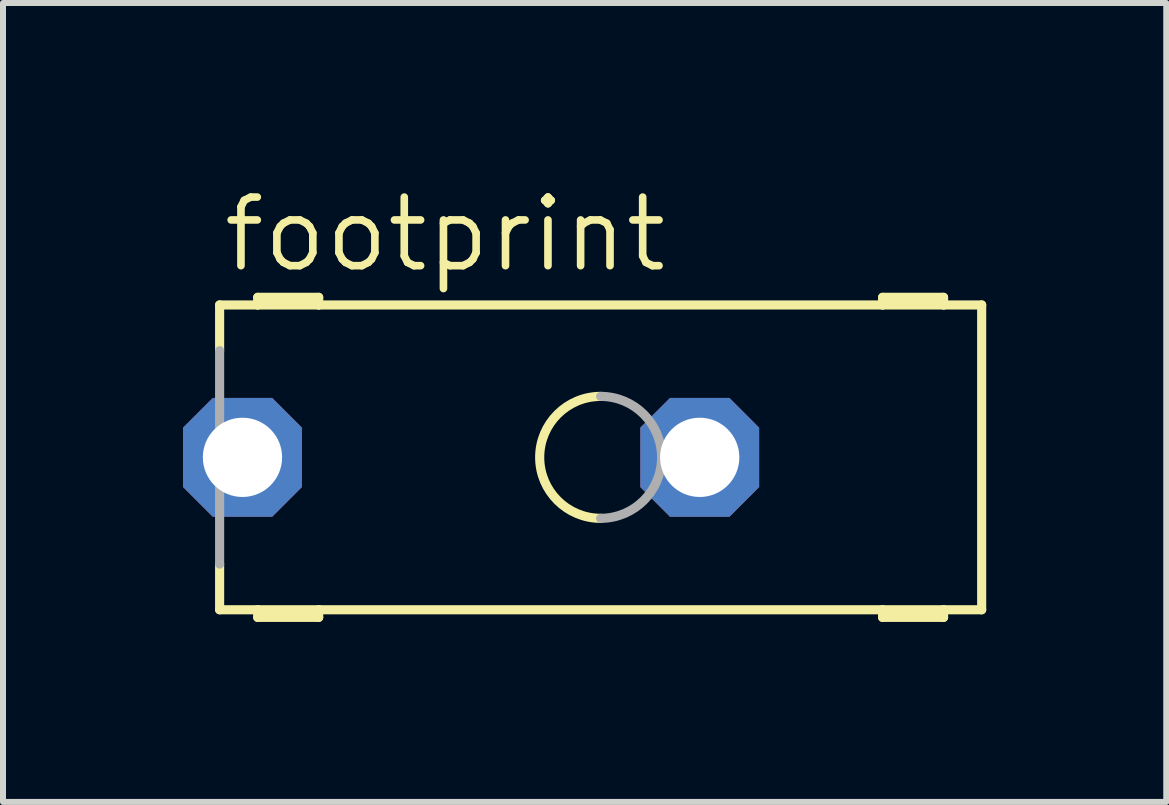
<source format=kicad_pcb>
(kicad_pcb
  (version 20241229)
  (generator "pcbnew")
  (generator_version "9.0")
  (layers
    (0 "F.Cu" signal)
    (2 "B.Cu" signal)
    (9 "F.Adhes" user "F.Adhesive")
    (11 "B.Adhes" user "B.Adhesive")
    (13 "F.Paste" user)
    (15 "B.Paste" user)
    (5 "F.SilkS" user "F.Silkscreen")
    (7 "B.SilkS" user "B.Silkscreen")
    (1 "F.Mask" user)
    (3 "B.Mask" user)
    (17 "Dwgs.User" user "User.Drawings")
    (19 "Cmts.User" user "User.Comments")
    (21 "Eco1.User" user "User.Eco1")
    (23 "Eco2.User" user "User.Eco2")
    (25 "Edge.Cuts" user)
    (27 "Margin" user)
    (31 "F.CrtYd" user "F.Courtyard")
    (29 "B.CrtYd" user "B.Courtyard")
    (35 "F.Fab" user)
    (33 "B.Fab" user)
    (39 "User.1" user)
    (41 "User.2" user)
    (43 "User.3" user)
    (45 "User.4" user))
  (footprint "footprint"
    (layer "F.Cu")
    (at 6.96 4.572)
    (property "Reference" "footprint" (at -6.35 -3.048 0) (layer "F.SilkS") (effects (font (size 1.143 1.143) (thickness 0.127)) (justify left bottom)))
    (fp_line (start -6.35 -1.778) (end -6.35 -2.54) (stroke (width 0.152) (type solid)) (layer "F.SilkS"))
    (fp_line (start -6.35 2.54) (end -6.35 1.778) (stroke (width 0.152) (type solid)) (layer "F.SilkS"))
    (fp_line (start -6.35 2.54) (end -5.715 2.54) (stroke (width 0.152) (type solid)) (layer "F.SilkS"))
    (fp_line (start -5.715 -2.667) (end -4.699 -2.667) (stroke (width 0.152) (type solid)) (layer "F.SilkS"))
    (fp_line (start -5.715 -2.54) (end -6.35 -2.54) (stroke (width 0.152) (type solid)) (layer "F.SilkS"))
    (fp_line (start -5.715 -2.54) (end -5.715 -2.667) (stroke (width 0.152) (type solid)) (layer "F.SilkS"))
    (fp_line (start -5.715 2.54) (end -4.699 2.54) (stroke (width 0.152) (type solid)) (layer "F.SilkS"))
    (fp_line (start -5.715 2.667) (end -5.715 2.54) (stroke (width 0.152) (type solid)) (layer "F.SilkS"))
    (fp_line (start -5.715 2.667) (end -4.699 2.667) (stroke (width 0.152) (type solid)) (layer "F.SilkS"))
    (fp_line (start -4.699 -2.667) (end -4.699 -2.54) (stroke (width 0.152) (type solid)) (layer "F.SilkS"))
    (fp_line (start -4.699 -2.54) (end -5.715 -2.54) (stroke (width 0.152) (type solid)) (layer "F.SilkS"))
    (fp_line (start -4.699 2.54) (end -4.699 2.667) (stroke (width 0.152) (type solid)) (layer "F.SilkS"))
    (fp_line (start -4.699 2.54) (end 4.699 2.54) (stroke (width 0.152) (type solid)) (layer "F.SilkS"))
    (fp_line (start 4.699 -2.667) (end 4.699 -2.54) (stroke (width 0.152) (type solid)) (layer "F.SilkS"))
    (fp_line (start 4.699 -2.667) (end 5.715 -2.667) (stroke (width 0.152) (type solid)) (layer "F.SilkS"))
    (fp_line (start 4.699 -2.54) (end -4.699 -2.54) (stroke (width 0.152) (type solid)) (layer "F.SilkS"))
    (fp_line (start 4.699 2.54) (end 5.715 2.54) (stroke (width 0.152) (type solid)) (layer "F.SilkS"))
    (fp_line (start 4.699 2.667) (end 4.699 2.54) (stroke (width 0.152) (type solid)) (layer "F.SilkS"))
    (fp_line (start 5.715 -2.54) (end 4.699 -2.54) (stroke (width 0.152) (type solid)) (layer "F.SilkS"))
    (fp_line (start 5.715 -2.54) (end 5.715 -2.667) (stroke (width 0.152) (type solid)) (layer "F.SilkS"))
    (fp_line (start 5.715 2.54) (end 5.715 2.667) (stroke (width 0.152) (type solid)) (layer "F.SilkS"))
    (fp_line (start 5.715 2.54) (end 6.35 2.54) (stroke (width 0.152) (type solid)) (layer "F.SilkS"))
    (fp_line (start 5.715 2.667) (end 4.699 2.667) (stroke (width 0.152) (type solid)) (layer "F.SilkS"))
    (fp_line (start 6.35 -2.54) (end 5.715 -2.54) (stroke (width 0.152) (type solid)) (layer "F.SilkS"))
    (fp_line (start 6.35 -2.54) (end 6.35 2.54) (stroke (width 0.152) (type solid)) (layer "F.SilkS"))
    (fp_arc (start 0 1.016) (mid -1.016 0) (end 0 -1.016) (stroke (width 0.1524) (type solid)) (layer "F.SilkS"))
    (fp_line (start -6.35 1.778) (end -6.35 -1.778) (stroke (width 0.152) (type solid)) (layer "F.Fab"))
    (fp_arc (start 0 -1.016) (mid 1.016 0) (end 0 1.016) (stroke (width 0.1524) (type solid)) (layer "F.Fab"))
    (pad "1" thru_hole roundrect (at 1.651 0) (size 1.981 1.981) (drill 1.321) (layers "*.Cu" "*.Mask") (roundrect_rratio 0.25) (chamfer_ratio 0.25) (chamfer top_left top_right bottom_left bottom_right))
    (pad "1@1" thru_hole roundrect (at -5.969 0) (size 1.981 1.981) (drill 1.321) (layers "*.Cu" "*.Mask") (roundrect_rratio 0.25) (chamfer_ratio 0.25) (chamfer top_left top_right bottom_left bottom_right)))
  (gr_rect
    (start -3 -3)
    (end 16.386 10.315)
    (stroke (width 0.1) (type default))
    (fill no)
    (layer "Edge.Cuts")))
</source>
